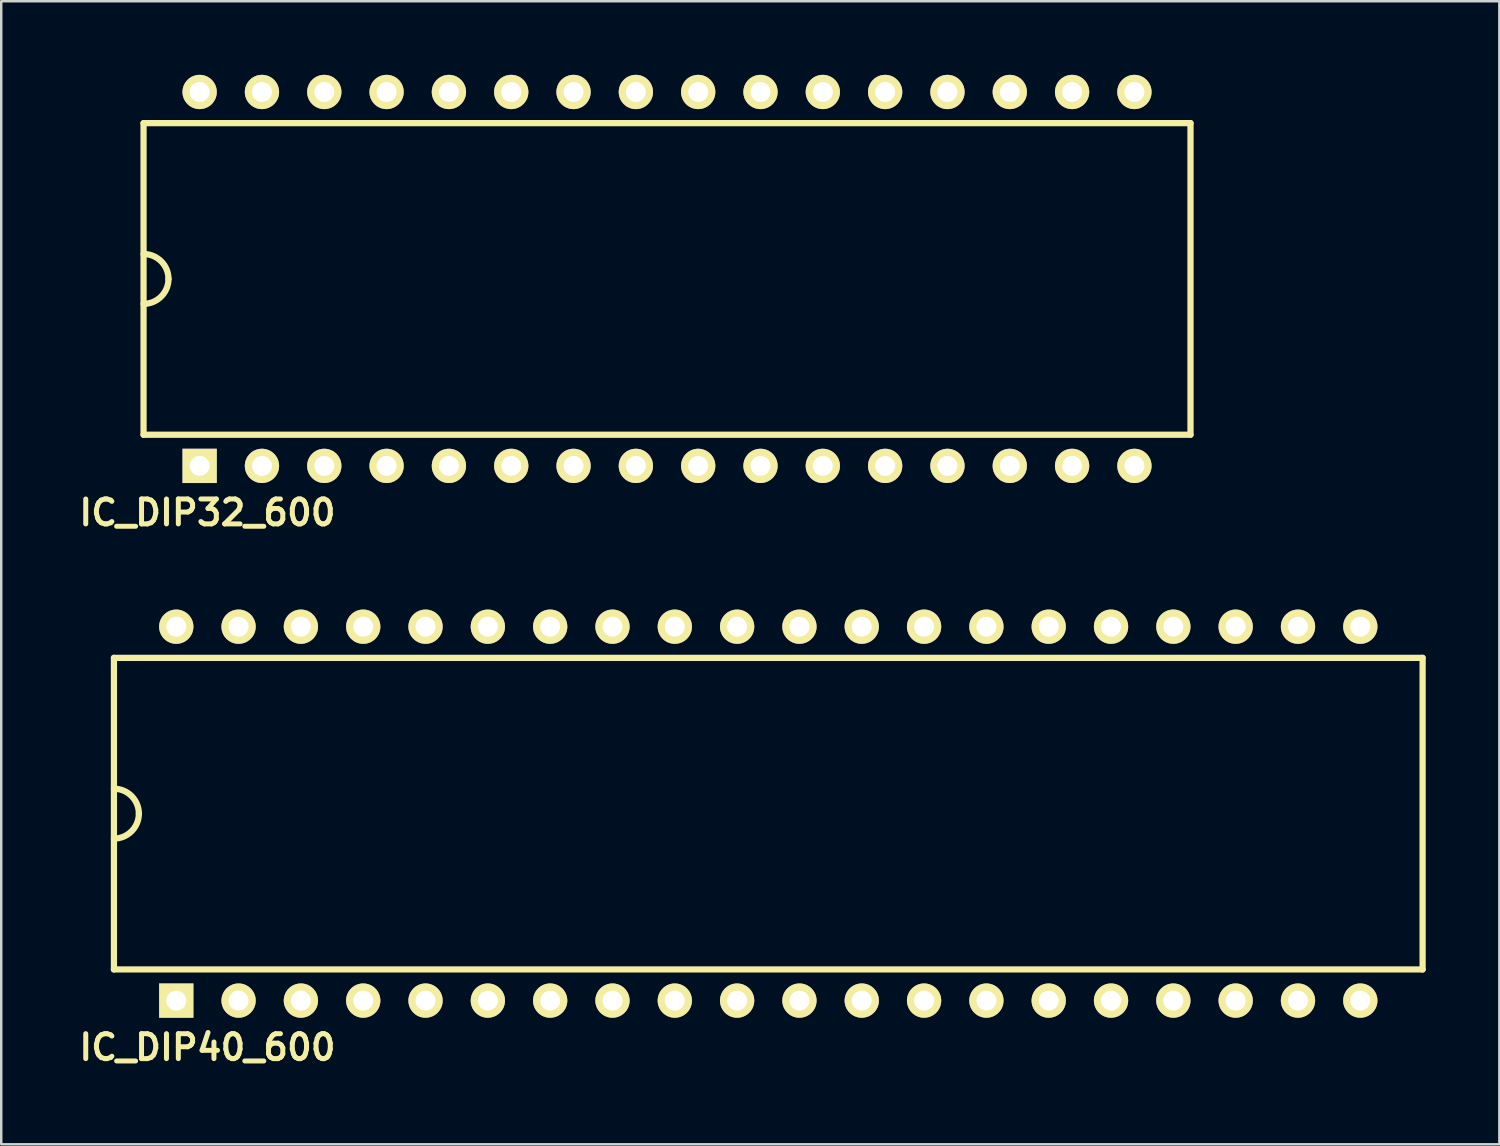
<source format=kicad_pcb>
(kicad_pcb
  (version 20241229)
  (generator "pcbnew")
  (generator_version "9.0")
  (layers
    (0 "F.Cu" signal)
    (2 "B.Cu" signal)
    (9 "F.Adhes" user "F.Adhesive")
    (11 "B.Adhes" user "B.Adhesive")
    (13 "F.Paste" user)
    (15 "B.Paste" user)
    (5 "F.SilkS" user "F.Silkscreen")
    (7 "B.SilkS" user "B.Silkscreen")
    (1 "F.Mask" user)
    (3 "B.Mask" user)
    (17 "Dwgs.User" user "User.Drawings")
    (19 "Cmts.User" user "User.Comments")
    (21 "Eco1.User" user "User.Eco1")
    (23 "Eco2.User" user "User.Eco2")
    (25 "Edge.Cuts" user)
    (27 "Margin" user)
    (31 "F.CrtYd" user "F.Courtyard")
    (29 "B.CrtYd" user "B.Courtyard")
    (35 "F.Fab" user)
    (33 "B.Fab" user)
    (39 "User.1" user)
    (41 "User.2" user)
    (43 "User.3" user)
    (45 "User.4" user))
  (footprint "IC_DIP40_600"
    (layer "F.Cu")
    (at 28.264 30.113)
    (property "Reference" "IC_DIP40_600" (at -22.86 9.525 0) (layer "F.SilkS") (effects (font (size 1.016 1.016) (thickness 0.203))))
    (attr through_hole)
    (fp_line (start -26.67 -6.35) (end 26.67 -6.35) (stroke (width 0.254) (type solid)) (layer "F.SilkS"))
    (fp_line (start -26.67 6.35) (end -26.67 -6.35) (stroke (width 0.254) (type solid)) (layer "F.SilkS"))
    (fp_line (start 26.67 -6.35) (end 26.67 6.35) (stroke (width 0.254) (type solid)) (layer "F.SilkS"))
    (fp_line (start 26.67 6.35) (end -26.67 6.35) (stroke (width 0.254) (type solid)) (layer "F.SilkS"))
    (fp_arc (start -26.67 -1.016) (mid -25.95158 -0.71842) (end -25.654 0) (stroke (width 0.254) (type solid)) (layer "F.SilkS"))
    (fp_arc (start -25.654 0) (mid -25.95158 0.71842) (end -26.67 1.016) (stroke (width 0.254) (type solid)) (layer "F.SilkS"))
    (pad "1" thru_hole rect (at -24.13 7.62) (size 1.397 1.397) (drill 0.813) (layers "*.Cu" "*.Mask" "F.SilkS"))
    (pad "2" thru_hole circle (at -21.59 7.62) (size 1.397 1.397) (drill 0.813) (layers "*.Cu" "*.Mask" "F.SilkS"))
    (pad "3" thru_hole circle (at -19.05 7.62) (size 1.397 1.397) (drill 0.813) (layers "*.Cu" "*.Mask" "F.SilkS"))
    (pad "4" thru_hole circle (at -16.51 7.62) (size 1.397 1.397) (drill 0.813) (layers "*.Cu" "*.Mask" "F.SilkS"))
    (pad "5" thru_hole circle (at -13.97 7.62) (size 1.397 1.397) (drill 0.813) (layers "*.Cu" "*.Mask" "F.SilkS"))
    (pad "6" thru_hole circle (at -11.43 7.62) (size 1.397 1.397) (drill 0.813) (layers "*.Cu" "*.Mask" "F.SilkS"))
    (pad "7" thru_hole circle (at -8.89 7.62) (size 1.397 1.397) (drill 0.813) (layers "*.Cu" "*.Mask" "F.SilkS"))
    (pad "8" thru_hole circle (at -6.35 7.62) (size 1.397 1.397) (drill 0.813) (layers "*.Cu" "*.Mask" "F.SilkS"))
    (pad "9" thru_hole circle (at -3.81 7.62) (size 1.397 1.397) (drill 0.813) (layers "*.Cu" "*.Mask" "F.SilkS"))
    (pad "10" thru_hole circle (at -1.27 7.62) (size 1.397 1.397) (drill 0.813) (layers "*.Cu" "*.Mask" "F.SilkS"))
    (pad "11" thru_hole circle (at 1.27 7.62) (size 1.397 1.397) (drill 0.813) (layers "*.Cu" "*.Mask" "F.SilkS"))
    (pad "12" thru_hole circle (at 3.81 7.62) (size 1.397 1.397) (drill 0.813) (layers "*.Cu" "*.Mask" "F.SilkS"))
    (pad "13" thru_hole circle (at 6.35 7.62) (size 1.397 1.397) (drill 0.813) (layers "*.Cu" "*.Mask" "F.SilkS"))
    (pad "14" thru_hole circle (at 8.89 7.62) (size 1.397 1.397) (drill 0.813) (layers "*.Cu" "*.Mask" "F.SilkS"))
    (pad "15" thru_hole circle (at 11.43 7.62) (size 1.397 1.397) (drill 0.813) (layers "*.Cu" "*.Mask" "F.SilkS"))
    (pad "16" thru_hole circle (at 13.97 7.62) (size 1.397 1.397) (drill 0.813) (layers "*.Cu" "*.Mask" "F.SilkS"))
    (pad "17" thru_hole circle (at 16.51 7.62) (size 1.397 1.397) (drill 0.813) (layers "*.Cu" "*.Mask" "F.SilkS"))
    (pad "18" thru_hole circle (at 19.05 7.62) (size 1.397 1.397) (drill 0.813) (layers "*.Cu" "*.Mask" "F.SilkS"))
    (pad "19" thru_hole circle (at 21.59 7.62) (size 1.397 1.397) (drill 0.813) (layers "*.Cu" "*.Mask" "F.SilkS"))
    (pad "20" thru_hole circle (at 24.13 7.62) (size 1.397 1.397) (drill 0.813) (layers "*.Cu" "*.Mask" "F.SilkS"))
    (pad "21" thru_hole circle (at 24.13 -7.62) (size 1.397 1.397) (drill 0.813) (layers "*.Cu" "*.Mask" "F.SilkS"))
    (pad "22" thru_hole circle (at 21.59 -7.62) (size 1.397 1.397) (drill 0.813) (layers "*.Cu" "*.Mask" "F.SilkS"))
    (pad "23" thru_hole circle (at 19.05 -7.62) (size 1.397 1.397) (drill 0.813) (layers "*.Cu" "*.Mask" "F.SilkS"))
    (pad "24" thru_hole circle (at 16.51 -7.62) (size 1.397 1.397) (drill 0.813) (layers "*.Cu" "*.Mask" "F.SilkS"))
    (pad "25" thru_hole circle (at 13.97 -7.62) (size 1.397 1.397) (drill 0.813) (layers "*.Cu" "*.Mask" "F.SilkS"))
    (pad "26" thru_hole circle (at 11.43 -7.62) (size 1.397 1.397) (drill 0.813) (layers "*.Cu" "*.Mask" "F.SilkS"))
    (pad "27" thru_hole circle (at 8.89 -7.62) (size 1.397 1.397) (drill 0.813) (layers "*.Cu" "*.Mask" "F.SilkS"))
    (pad "28" thru_hole circle (at 6.35 -7.62) (size 1.397 1.397) (drill 0.813) (layers "*.Cu" "*.Mask" "F.SilkS"))
    (pad "29" thru_hole circle (at 3.81 -7.62) (size 1.397 1.397) (drill 0.813) (layers "*.Cu" "*.Mask" "F.SilkS"))
    (pad "30" thru_hole circle (at 1.27 -7.62) (size 1.397 1.397) (drill 0.813) (layers "*.Cu" "*.Mask" "F.SilkS"))
    (pad "31" thru_hole circle (at -1.27 -7.62) (size 1.397 1.397) (drill 0.813) (layers "*.Cu" "*.Mask" "F.SilkS"))
    (pad "32" thru_hole circle (at -3.81 -7.62) (size 1.397 1.397) (drill 0.813) (layers "*.Cu" "*.Mask" "F.SilkS"))
    (pad "33" thru_hole circle (at -6.35 -7.62) (size 1.397 1.397) (drill 0.813) (layers "*.Cu" "*.Mask" "F.SilkS"))
    (pad "34" thru_hole circle (at -8.89 -7.62) (size 1.397 1.397) (drill 0.813) (layers "*.Cu" "*.Mask" "F.SilkS"))
    (pad "35" thru_hole circle (at -11.43 -7.62) (size 1.397 1.397) (drill 0.813) (layers "*.Cu" "*.Mask" "F.SilkS"))
    (pad "36" thru_hole circle (at -13.97 -7.62) (size 1.397 1.397) (drill 0.813) (layers "*.Cu" "*.Mask" "F.SilkS"))
    (pad "37" thru_hole circle (at -16.51 -7.62) (size 1.397 1.397) (drill 0.813) (layers "*.Cu" "*.Mask" "F.SilkS"))
    (pad "38" thru_hole circle (at -19.05 -7.62) (size 1.397 1.397) (drill 0.813) (layers "*.Cu" "*.Mask" "F.SilkS"))
    (pad "39" thru_hole circle (at -21.59 -7.62) (size 1.397 1.397) (drill 0.813) (layers "*.Cu" "*.Mask" "F.SilkS"))
    (pad "40" thru_hole circle (at -24.13 -7.62) (size 1.397 1.397) (drill 0.813) (layers "*.Cu" "*.Mask" "F.SilkS")))
  (footprint "IC_DIP32_600"
    (layer "F.Cu")
    (at 24.137 8.319)
    (property "Reference" "IC_DIP32_600" (at -18.733 9.525 0) (layer "F.SilkS") (effects (font (size 1.016 1.016) (thickness 0.203))))
    (attr through_hole)
    (fp_line (start -21.336 -6.35) (end 21.336 -6.35) (stroke (width 0.254) (type solid)) (layer "F.SilkS"))
    (fp_line (start -21.336 6.35) (end -21.336 -6.35) (stroke (width 0.254) (type solid)) (layer "F.SilkS"))
    (fp_line (start 21.336 -6.35) (end 21.336 6.35) (stroke (width 0.254) (type solid)) (layer "F.SilkS"))
    (fp_line (start 21.336 6.35) (end -21.336 6.35) (stroke (width 0.254) (type solid)) (layer "F.SilkS"))
    (fp_arc (start -21.336 -1.016) (mid -20.61758 -0.71842) (end -20.32 0) (stroke (width 0.254) (type solid)) (layer "F.SilkS"))
    (fp_arc (start -20.32 0) (mid -20.61758 0.71842) (end -21.336 1.016) (stroke (width 0.254) (type solid)) (layer "F.SilkS"))
    (pad "1" thru_hole rect (at -19.05 7.62) (size 1.397 1.397) (drill 0.813) (layers "*.Cu" "*.Mask" "F.SilkS"))
    (pad "2" thru_hole circle (at -16.51 7.62) (size 1.397 1.397) (drill 0.813) (layers "*.Cu" "*.Mask" "F.SilkS"))
    (pad "3" thru_hole circle (at -13.97 7.62) (size 1.397 1.397) (drill 0.813) (layers "*.Cu" "*.Mask" "F.SilkS"))
    (pad "4" thru_hole circle (at -11.43 7.62) (size 1.397 1.397) (drill 0.813) (layers "*.Cu" "*.Mask" "F.SilkS"))
    (pad "5" thru_hole circle (at -8.89 7.62) (size 1.397 1.397) (drill 0.813) (layers "*.Cu" "*.Mask" "F.SilkS"))
    (pad "6" thru_hole circle (at -6.35 7.62) (size 1.397 1.397) (drill 0.813) (layers "*.Cu" "*.Mask" "F.SilkS"))
    (pad "7" thru_hole circle (at -3.81 7.62) (size 1.397 1.397) (drill 0.813) (layers "*.Cu" "*.Mask" "F.SilkS"))
    (pad "8" thru_hole circle (at -1.27 7.62) (size 1.397 1.397) (drill 0.813) (layers "*.Cu" "*.Mask" "F.SilkS"))
    (pad "9" thru_hole circle (at 1.27 7.62) (size 1.397 1.397) (drill 0.813) (layers "*.Cu" "*.Mask" "F.SilkS"))
    (pad "10" thru_hole circle (at 3.81 7.62) (size 1.397 1.397) (drill 0.813) (layers "*.Cu" "*.Mask" "F.SilkS"))
    (pad "11" thru_hole circle (at 6.35 7.62) (size 1.397 1.397) (drill 0.813) (layers "*.Cu" "*.Mask" "F.SilkS"))
    (pad "12" thru_hole circle (at 8.89 7.62) (size 1.397 1.397) (drill 0.813) (layers "*.Cu" "*.Mask" "F.SilkS"))
    (pad "13" thru_hole circle (at 11.43 7.62) (size 1.397 1.397) (drill 0.813) (layers "*.Cu" "*.Mask" "F.SilkS"))
    (pad "14" thru_hole circle (at 13.97 7.62) (size 1.397 1.397) (drill 0.813) (layers "*.Cu" "*.Mask" "F.SilkS"))
    (pad "15" thru_hole circle (at 16.51 7.62) (size 1.397 1.397) (drill 0.813) (layers "*.Cu" "*.Mask" "F.SilkS"))
    (pad "16" thru_hole circle (at 19.05 7.62) (size 1.397 1.397) (drill 0.813) (layers "*.Cu" "*.Mask" "F.SilkS"))
    (pad "17" thru_hole circle (at 19.05 -7.62) (size 1.397 1.397) (drill 0.813) (layers "*.Cu" "*.Mask" "F.SilkS"))
    (pad "18" thru_hole circle (at 16.51 -7.62) (size 1.397 1.397) (drill 0.813) (layers "*.Cu" "*.Mask" "F.SilkS"))
    (pad "19" thru_hole circle (at 13.97 -7.62) (size 1.397 1.397) (drill 0.813) (layers "*.Cu" "*.Mask" "F.SilkS"))
    (pad "20" thru_hole circle (at 11.43 -7.62) (size 1.397 1.397) (drill 0.813) (layers "*.Cu" "*.Mask" "F.SilkS"))
    (pad "21" thru_hole circle (at 8.89 -7.62) (size 1.397 1.397) (drill 0.813) (layers "*.Cu" "*.Mask" "F.SilkS"))
    (pad "22" thru_hole circle (at 6.35 -7.62) (size 1.397 1.397) (drill 0.813) (layers "*.Cu" "*.Mask" "F.SilkS"))
    (pad "23" thru_hole circle (at 3.81 -7.62) (size 1.397 1.397) (drill 0.813) (layers "*.Cu" "*.Mask" "F.SilkS"))
    (pad "24" thru_hole circle (at 1.27 -7.62) (size 1.397 1.397) (drill 0.813) (layers "*.Cu" "*.Mask" "F.SilkS"))
    (pad "25" thru_hole circle (at -1.27 -7.62) (size 1.397 1.397) (drill 0.813) (layers "*.Cu" "*.Mask" "F.SilkS"))
    (pad "26" thru_hole circle (at -3.81 -7.62) (size 1.397 1.397) (drill 0.813) (layers "*.Cu" "*.Mask" "F.SilkS"))
    (pad "27" thru_hole circle (at -6.35 -7.62) (size 1.397 1.397) (drill 0.813) (layers "*.Cu" "*.Mask" "F.SilkS"))
    (pad "28" thru_hole circle (at -8.89 -7.62) (size 1.397 1.397) (drill 0.813) (layers "*.Cu" "*.Mask" "F.SilkS"))
    (pad "29" thru_hole circle (at -11.43 -7.62) (size 1.397 1.397) (drill 0.813) (layers "*.Cu" "*.Mask" "F.SilkS"))
    (pad "30" thru_hole circle (at -13.97 -7.62) (size 1.397 1.397) (drill 0.813) (layers "*.Cu" "*.Mask" "F.SilkS"))
    (pad "31" thru_hole circle (at -16.51 -7.62) (size 1.397 1.397) (drill 0.813) (layers "*.Cu" "*.Mask" "F.SilkS"))
    (pad "32" thru_hole circle (at -19.05 -7.62) (size 1.397 1.397) (drill 0.813) (layers "*.Cu" "*.Mask" "F.SilkS")))
  (gr_rect
    (start -3 -3)
    (end 58.061 43.589)
    (stroke (width 0.1) (type default))
    (fill no)
    (layer "Edge.Cuts")))
</source>
